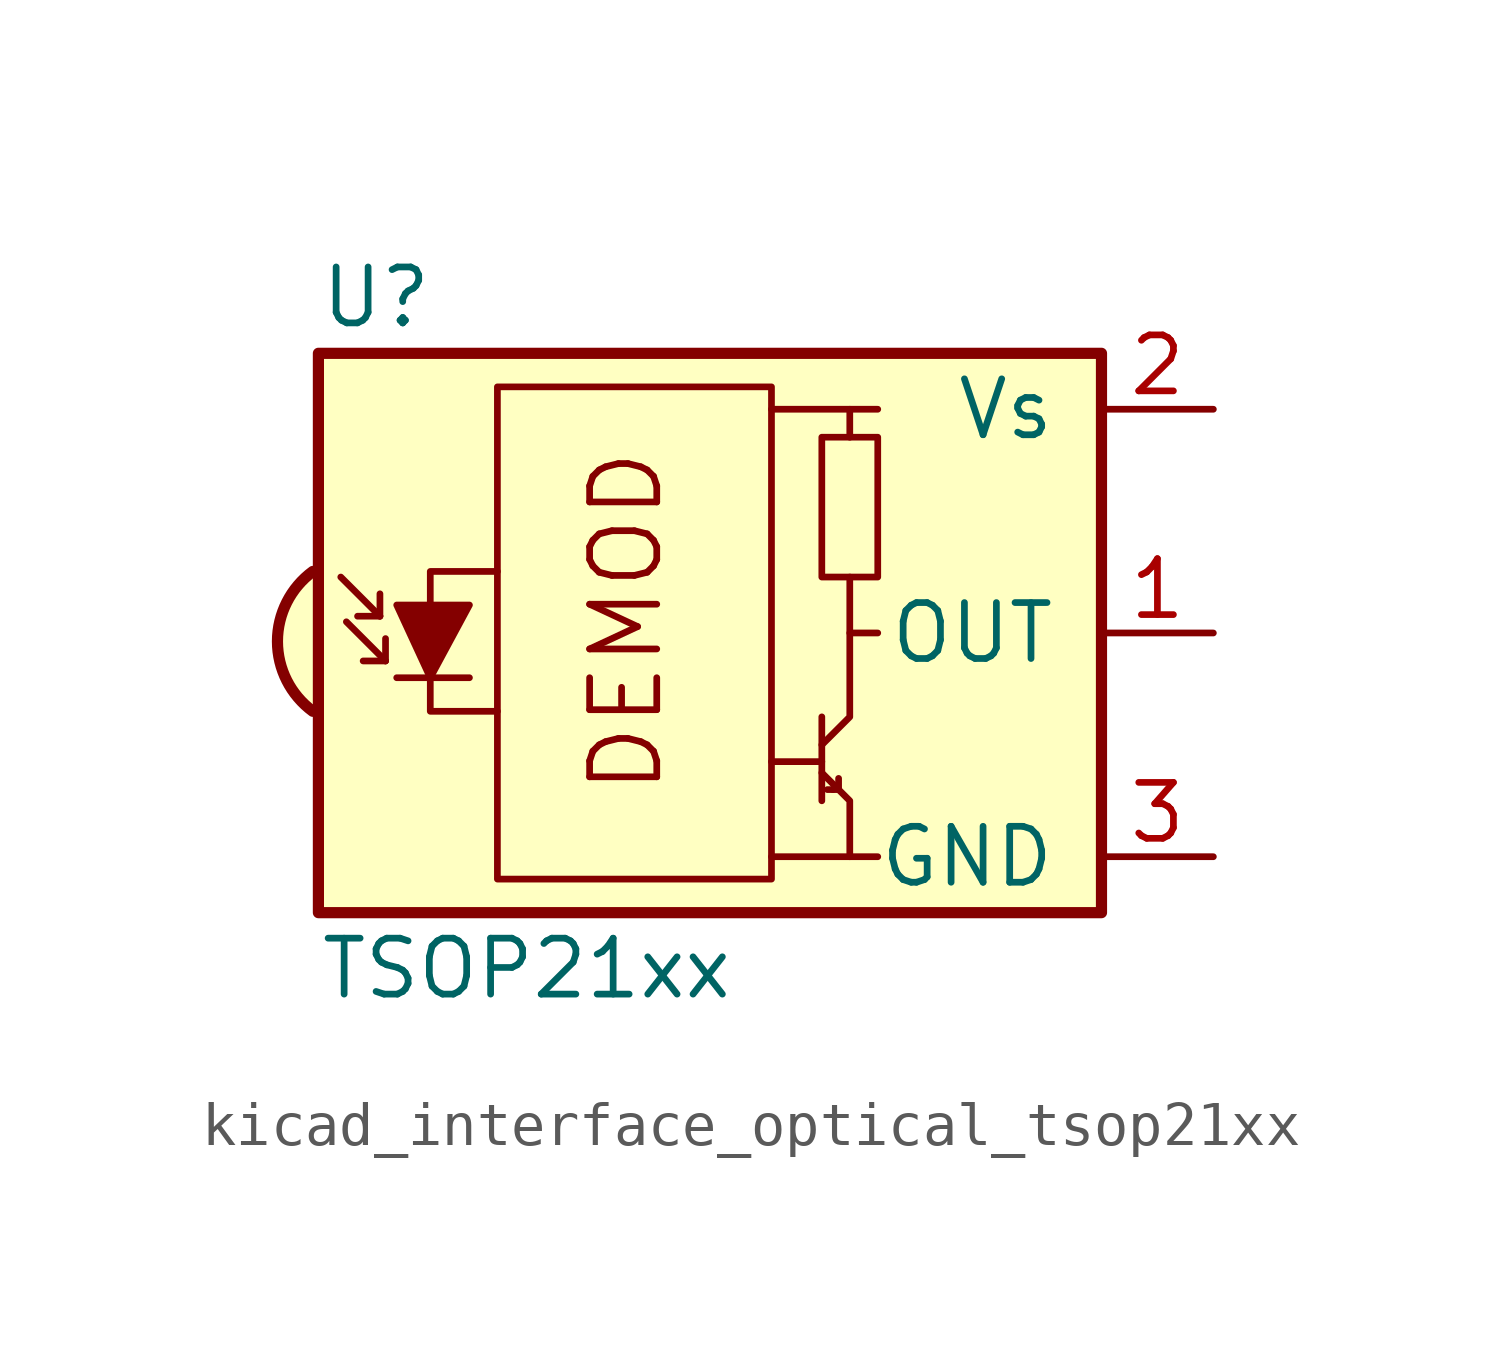
<source format=kicad_sym>
(kicad_symbol_lib
  (version 20220914)
  (generator kicad_symbol_editor)
  (symbol "kicad_interface_optical_tsop21xx"
    (pin_names
      (offset 1.016))
    (property "Reference" "U"
      (at -10.16 7.62 0)
      (effects (font (size 1.27 1.27)) (justify left)))
    (property "Value" "TSOP21xx"
      (at -10.16 -7.62 0)
      (effects (font (size 1.27 1.27)) (justify left)))
    (symbol "kicad_interface_optical_tsop21xx_0_0"
      (arc (start -10.287 1.397) (mid -11.0899 -0.1852) (end -10.287 -1.778) (stroke (width 0.254) (type default)) (fill (type background)))
      (polyline (pts (xy 1.905 -5.08) (xy 0.127 -5.08)) (stroke (width 0) (type default)) (fill (type none)))
      (polyline (pts (xy 1.905 5.08) (xy 0.127 5.08)) (stroke (width 0) (type default)) (fill (type none)))
      (text "DEMOD" (at -3.175 0.254 900) (effects (font (size 1.524 1.524)))))
    (symbol "kicad_interface_optical_tsop21xx_0_1"
      (rectangle (start -6.096 5.588) (end 0.127 -5.588) (stroke (width 0) (type default)) (fill (type none)))
      (polyline (pts (xy -8.763 0.381) (xy -9.652 1.27)) (stroke (width 0) (type default)) (fill (type none)))
      (polyline (pts (xy -8.763 0.381) (xy -9.271 0.381)) (stroke (width 0) (type default)) (fill (type none)))
      (polyline (pts (xy -8.763 0.381) (xy -8.763 0.889)) (stroke (width 0) (type default)) (fill (type none)))
      (polyline (pts (xy -8.636 -0.635) (xy -9.525 0.254)) (stroke (width 0) (type default)) (fill (type none)))
      (polyline (pts (xy -8.636 -0.635) (xy -9.144 -0.635)) (stroke (width 0) (type default)) (fill (type none)))
      (polyline (pts (xy -8.636 -0.635) (xy -8.636 -0.127)) (stroke (width 0) (type default)) (fill (type none)))
      (polyline (pts (xy -8.382 -1.016) (xy -6.731 -1.016)) (stroke (width 0) (type default)) (fill (type none)))
      (polyline (pts (xy 1.27 -2.921) (xy 0.127 -2.921)) (stroke (width 0) (type default)) (fill (type none)))
      (polyline (pts (xy 1.27 -1.905) (xy 1.27 -3.81)) (stroke (width 0) (type default)) (fill (type none)))
      (polyline (pts (xy 1.397 -3.556) (xy 1.524 -3.556)) (stroke (width 0) (type default)) (fill (type none)))
      (polyline (pts (xy 1.651 -3.556) (xy 1.524 -3.556)) (stroke (width 0) (type default)) (fill (type none)))
      (polyline (pts (xy 1.651 -3.556) (xy 1.651 -3.302)) (stroke (width 0) (type default)) (fill (type none)))
      (polyline (pts (xy 1.905 0) (xy 1.905 1.27)) (stroke (width 0) (type default)) (fill (type none)))
      (polyline (pts (xy 1.905 4.445) (xy 1.905 5.08) (xy 2.54 5.08)) (stroke (width 0) (type default)) (fill (type none)))
      (polyline (pts (xy -8.382 0.635) (xy -6.731 0.635) (xy -7.62 -1.016) (xy -8.382 0.635)) (stroke (width 0) (type default)) (fill (type outline)))
      (polyline (pts (xy -6.096 1.397) (xy -7.62 1.397) (xy -7.62 -1.778) (xy -6.096 -1.778)) (stroke (width 0) (type default)) (fill (type none)))
      (polyline (pts (xy 1.27 -3.175) (xy 1.905 -3.81) (xy 1.905 -5.08) (xy 2.54 -5.08)) (stroke (width 0) (type default)) (fill (type none)))
      (polyline (pts (xy 1.27 -2.54) (xy 1.905 -1.905) (xy 1.905 0) (xy 2.54 0)) (stroke (width 0) (type default)) (fill (type none)))
      (rectangle (start 2.54 1.27) (end 1.27 4.445) (stroke (width 0) (type default)) (fill (type none)))
      (rectangle (start 7.62 6.35) (end -10.16 -6.35) (stroke (width 0.254) (type default)) (fill (type background))))
    (symbol "kicad_interface_optical_tsop21xx_1_1"
      (pin output line (at 10.16 0 180) (length 2.54) (name "OUT" (effects (font (size 1.27 1.27)))) (number "1" (effects (font (size 1.27 1.27)))))
      (pin power_in line (at 10.16 5.08 180) (length 2.54) (name "Vs" (effects (font (size 1.27 1.27)))) (number "2" (effects (font (size 1.27 1.27)))))
      (pin power_in line (at 10.16 -5.08 180) (length 2.54) (name "GND" (effects (font (size 1.27 1.27)))) (number "3" (effects (font (size 1.27 1.27))))))))
</source>
